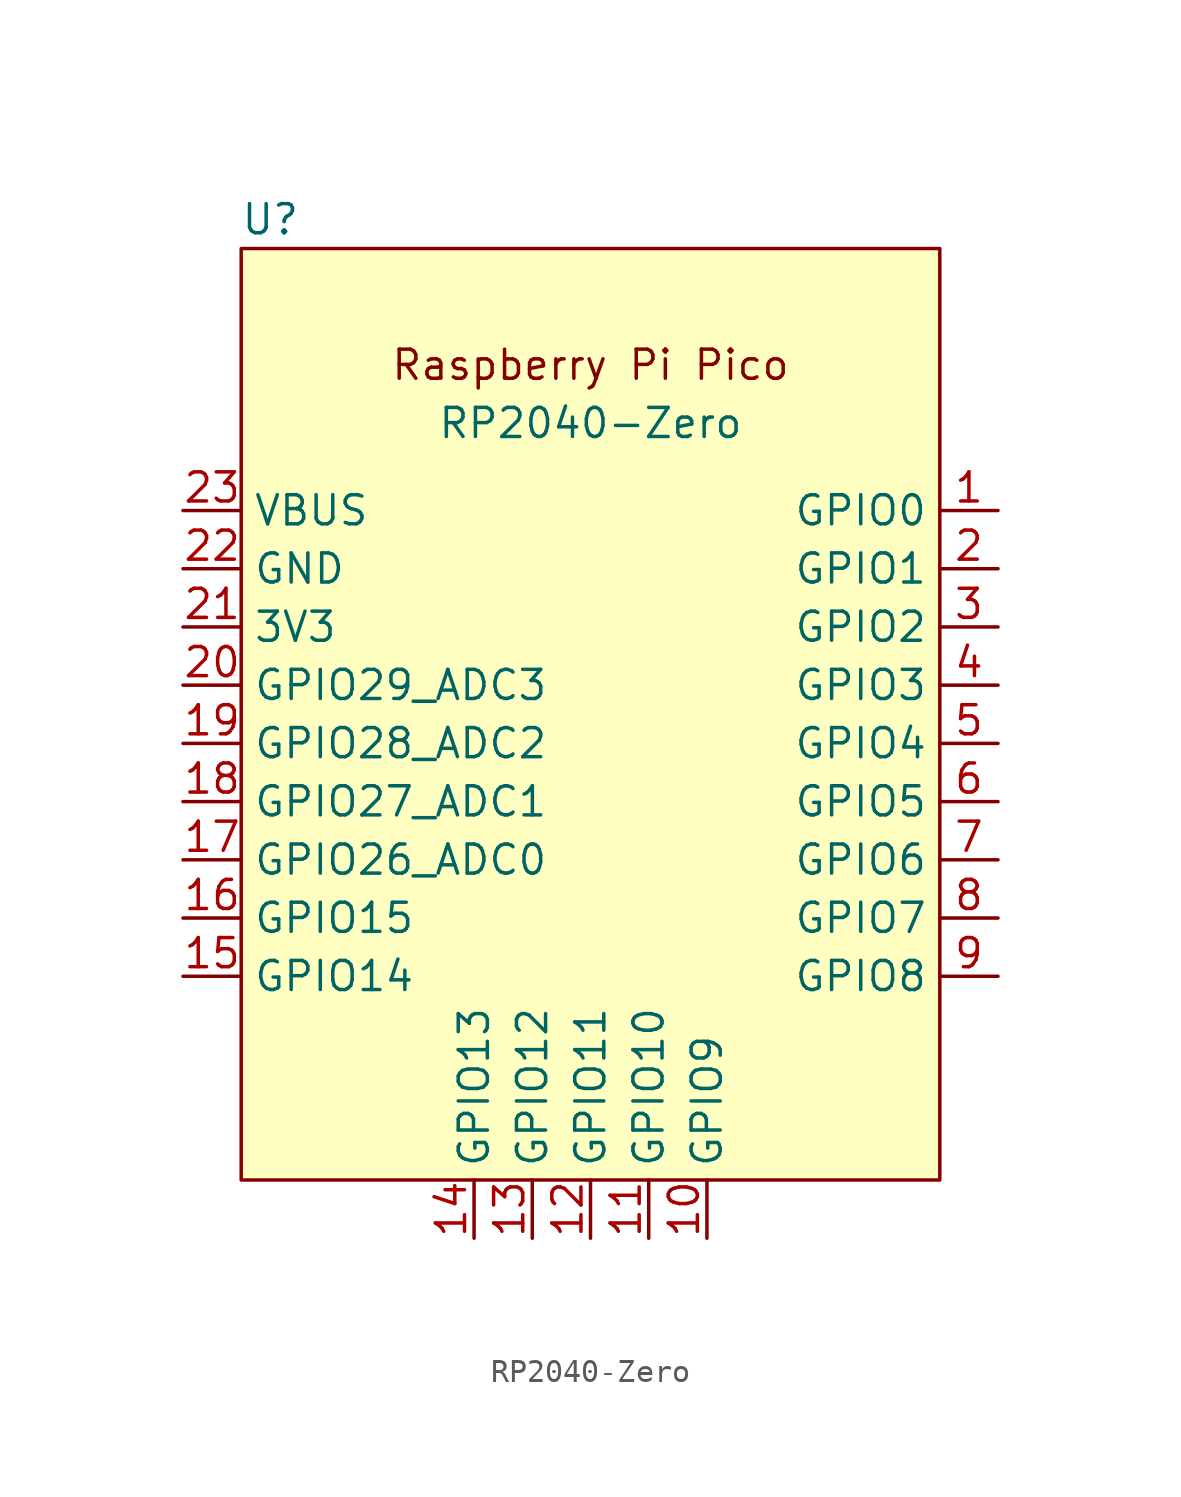
<source format=kicad_sym>
(kicad_symbol_lib
  (version 20220914)
  (generator kicad_symbol_editor)
  (symbol "RP2040-Zero"
    (property "Reference" "U"
      (at -13.97 27.94 0)
      (effects (font (size 1.27 1.27))))
    (property "Value" "RP2040-Zero"
      (at 0 19.05 0)
      (effects (font (size 1.27 1.27))))
    (symbol "RP2040-Zero_0_0"
      (text "Raspberry Pi Pico" (at 0 21.59 0) (effects (font (size 1.27 1.27)))))
    (symbol "RP2040-Zero_0_1"
      (rectangle (start -15.24 26.67) (end 15.24 -13.97) (stroke (width 0) (type default)) (fill (type background))))
    (symbol "RP2040-Zero_1_1"
      (pin bidirectional line (at 17.78 15.24 180) (length 2.54) (name "GPIO0" (effects (font (size 1.27 1.27)))) (number "1" (effects (font (size 1.27 1.27)))))
      (pin bidirectional line (at 5.08 -16.51 90) (length 2.54) (name "GPIO9" (effects (font (size 1.27 1.27)))) (number "10" (effects (font (size 1.27 1.27)))))
      (pin bidirectional line (at 2.54 -16.51 90) (length 2.54) (name "GPIO10" (effects (font (size 1.27 1.27)))) (number "11" (effects (font (size 1.27 1.27)))))
      (pin bidirectional line (at 0 -16.51 90) (length 2.54) (name "GPIO11" (effects (font (size 1.27 1.27)))) (number "12" (effects (font (size 1.27 1.27)))))
      (pin bidirectional line (at -2.54 -16.51 90) (length 2.54) (name "GPIO12" (effects (font (size 1.27 1.27)))) (number "13" (effects (font (size 1.27 1.27)))))
      (pin bidirectional line (at -5.08 -16.51 90) (length 2.54) (name "GPIO13" (effects (font (size 1.27 1.27)))) (number "14" (effects (font (size 1.27 1.27)))))
      (pin bidirectional line (at -17.78 -5.08 0) (length 2.54) (name "GPIO14" (effects (font (size 1.27 1.27)))) (number "15" (effects (font (size 1.27 1.27)))))
      (pin bidirectional line (at -17.78 -2.54 0) (length 2.54) (name "GPIO15" (effects (font (size 1.27 1.27)))) (number "16" (effects (font (size 1.27 1.27)))))
      (pin bidirectional line (at -17.78 0 0) (length 2.54) (name "GPIO26_ADC0" (effects (font (size 1.27 1.27)))) (number "17" (effects (font (size 1.27 1.27)))))
      (pin bidirectional line (at -17.78 2.54 0) (length 2.54) (name "GPIO27_ADC1" (effects (font (size 1.27 1.27)))) (number "18" (effects (font (size 1.27 1.27)))))
      (pin bidirectional line (at -17.78 5.08 0) (length 2.54) (name "GPIO28_ADC2" (effects (font (size 1.27 1.27)))) (number "19" (effects (font (size 1.27 1.27)))))
      (pin bidirectional line (at 17.78 12.7 180) (length 2.54) (name "GPIO1" (effects (font (size 1.27 1.27)))) (number "2" (effects (font (size 1.27 1.27)))))
      (pin bidirectional line (at -17.78 7.62 0) (length 2.54) (name "GPIO29_ADC3" (effects (font (size 1.27 1.27)))) (number "20" (effects (font (size 1.27 1.27)))))
      (pin power_out line (at -17.78 10.16 0) (length 2.54) (name "3V3" (effects (font (size 1.27 1.27)))) (number "21" (effects (font (size 1.27 1.27)))))
      (pin bidirectional line (at -17.78 12.7 0) (length 2.54) (name "GND" (effects (font (size 1.27 1.27)))) (number "22" (effects (font (size 1.27 1.27)))))
      (pin power_out line (at -17.78 15.24 0) (length 2.54) (name "VBUS" (effects (font (size 1.27 1.27)))) (number "23" (effects (font (size 1.27 1.27)))))
      (pin bidirectional line (at 17.78 10.16 180) (length 2.54) (name "GPIO2" (effects (font (size 1.27 1.27)))) (number "3" (effects (font (size 1.27 1.27)))))
      (pin bidirectional line (at 17.78 7.62 180) (length 2.54) (name "GPIO3" (effects (font (size 1.27 1.27)))) (number "4" (effects (font (size 1.27 1.27)))))
      (pin bidirectional line (at 17.78 5.08 180) (length 2.54) (name "GPIO4" (effects (font (size 1.27 1.27)))) (number "5" (effects (font (size 1.27 1.27)))))
      (pin bidirectional line (at 17.78 2.54 180) (length 2.54) (name "GPIO5" (effects (font (size 1.27 1.27)))) (number "6" (effects (font (size 1.27 1.27)))))
      (pin bidirectional line (at 17.78 0 180) (length 2.54) (name "GPIO6" (effects (font (size 1.27 1.27)))) (number "7" (effects (font (size 1.27 1.27)))))
      (pin bidirectional line (at 17.78 -2.54 180) (length 2.54) (name "GPIO7" (effects (font (size 1.27 1.27)))) (number "8" (effects (font (size 1.27 1.27)))))
      (pin bidirectional line (at 17.78 -5.08 180) (length 2.54) (name "GPIO8" (effects (font (size 1.27 1.27)))) (number "9" (effects (font (size 1.27 1.27))))))))
</source>
